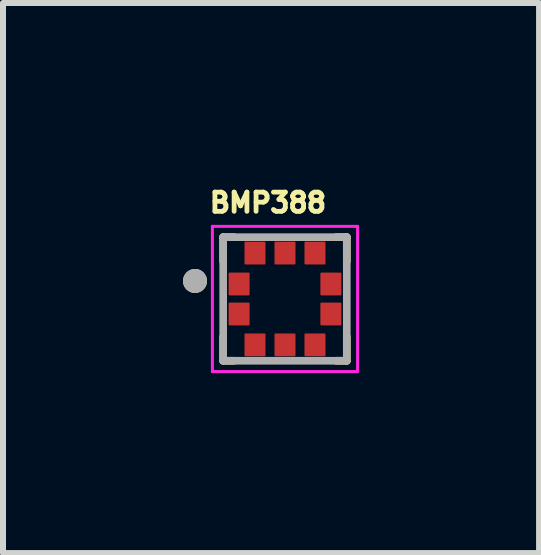
<source format=kicad_pcb>
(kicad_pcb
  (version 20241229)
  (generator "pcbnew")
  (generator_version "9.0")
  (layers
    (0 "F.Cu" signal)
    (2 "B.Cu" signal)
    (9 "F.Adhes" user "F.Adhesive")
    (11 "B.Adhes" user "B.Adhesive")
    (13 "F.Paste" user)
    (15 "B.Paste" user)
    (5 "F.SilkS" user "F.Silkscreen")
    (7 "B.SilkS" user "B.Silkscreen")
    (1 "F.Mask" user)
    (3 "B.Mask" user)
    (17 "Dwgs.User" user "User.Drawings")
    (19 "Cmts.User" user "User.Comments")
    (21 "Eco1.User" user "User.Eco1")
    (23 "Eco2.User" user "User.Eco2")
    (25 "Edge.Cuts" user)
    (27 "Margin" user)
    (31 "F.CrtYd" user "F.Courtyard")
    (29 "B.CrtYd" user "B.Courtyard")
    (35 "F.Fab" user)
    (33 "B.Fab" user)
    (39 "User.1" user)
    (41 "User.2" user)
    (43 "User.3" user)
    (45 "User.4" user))
  (footprint "BMP388"
    (layer "F.Cu")
    (at 1.7 1.933)
    (property "Reference" "BMP388" (at -0.284 -1.605 0) (layer "F.SilkS") (effects (font (size 0.32 0.32) (thickness 0.08))))
    (attr smd)
    (fp_line (start -1.03 -1.03) (end -0.85 -1.03) (stroke (width 0.127) (type solid)) (layer "F.SilkS"))
    (fp_line (start -1.03 -0.63) (end -1.03 -1.03) (stroke (width 0.127) (type solid)) (layer "F.SilkS"))
    (fp_line (start -1.03 1.03) (end -1.03 0.63) (stroke (width 0.127) (type solid)) (layer "F.SilkS"))
    (fp_line (start -0.85 1.03) (end -1.03 1.03) (stroke (width 0.127) (type solid)) (layer "F.SilkS"))
    (fp_line (start 0.85 -1.03) (end 1.03 -1.03) (stroke (width 0.127) (type solid)) (layer "F.SilkS"))
    (fp_line (start 0.85 1.03) (end 1.03 1.03) (stroke (width 0.127) (type solid)) (layer "F.SilkS"))
    (fp_line (start 1.03 -1.03) (end 1.03 -0.63) (stroke (width 0.127) (type solid)) (layer "F.SilkS"))
    (fp_line (start 1.03 1.03) (end 1.03 0.63) (stroke (width 0.127) (type solid)) (layer "F.SilkS"))
    (fp_circle (center -1.5 -0.3) (end -1.4 -0.3) (stroke (width 0.2) (type solid)) (fill no) (layer "F.SilkS"))
    (fp_line (start -1.21 -1.21) (end 1.21 -1.21) (stroke (width 0.05) (type solid)) (layer "F.CrtYd"))
    (fp_line (start -1.21 1.21) (end -1.21 -1.21) (stroke (width 0.05) (type solid)) (layer "F.CrtYd"))
    (fp_line (start 1.21 -1.21) (end 1.21 1.21) (stroke (width 0.05) (type solid)) (layer "F.CrtYd"))
    (fp_line (start 1.21 1.21) (end -1.21 1.21) (stroke (width 0.05) (type solid)) (layer "F.CrtYd"))
    (fp_line (start -1.03 -1.03) (end 1.03 -1.03) (stroke (width 0.127) (type solid)) (layer "F.Fab"))
    (fp_line (start -1.03 1.03) (end -1.03 -1.03) (stroke (width 0.127) (type solid)) (layer "F.Fab"))
    (fp_line (start 1.03 -1.03) (end 1.03 1.03) (stroke (width 0.127) (type solid)) (layer "F.Fab"))
    (fp_line (start 1.03 1.03) (end -1.03 1.03) (stroke (width 0.127) (type solid)) (layer "F.Fab"))
    (fp_circle (center -1.5 -0.3) (end -1.4 -0.3) (stroke (width 0.2) (type solid)) (fill no) (layer "F.Fab"))
    (pad "1" smd roundrect (at -0.765 -0.25) (size 0.35 0.38) (layers "F.Cu" "F.Mask" "F.Paste") (roundrect_rratio 0.045))
    (pad "2" smd roundrect (at -0.765 0.25) (size 0.35 0.38) (layers "F.Cu" "F.Mask" "F.Paste") (roundrect_rratio 0.045))
    (pad "3" smd roundrect (at -0.5 0.765) (size 0.35 0.38) (layers "F.Cu" "F.Mask" "F.Paste") (roundrect_rratio 0.045))
    (pad "4" smd roundrect (at 0 0.765) (size 0.35 0.38) (layers "F.Cu" "F.Mask" "F.Paste") (roundrect_rratio 0.045))
    (pad "5" smd roundrect (at 0.5 0.765) (size 0.35 0.38) (layers "F.Cu" "F.Mask" "F.Paste") (roundrect_rratio 0.045))
    (pad "6" smd roundrect (at 0.765 0.25) (size 0.35 0.38) (layers "F.Cu" "F.Mask" "F.Paste") (roundrect_rratio 0.045))
    (pad "7" smd roundrect (at 0.765 -0.25) (size 0.35 0.38) (layers "F.Cu" "F.Mask" "F.Paste") (roundrect_rratio 0.045))
    (pad "8" smd roundrect (at 0.5 -0.765) (size 0.35 0.38) (layers "F.Cu" "F.Mask" "F.Paste") (roundrect_rratio 0.045))
    (pad "9" smd roundrect (at 0 -0.765) (size 0.35 0.38) (layers "F.Cu" "F.Mask" "F.Paste") (roundrect_rratio 0.045))
    (pad "10" smd roundrect (at -0.5 -0.765) (size 0.35 0.38) (layers "F.Cu" "F.Mask" "F.Paste") (roundrect_rratio 0.045)))
  (gr_rect
    (start -3 -3)
    (end 5.935 6.168)
    (stroke (width 0.1) (type default))
    (fill no)
    (layer "Edge.Cuts")))
</source>
